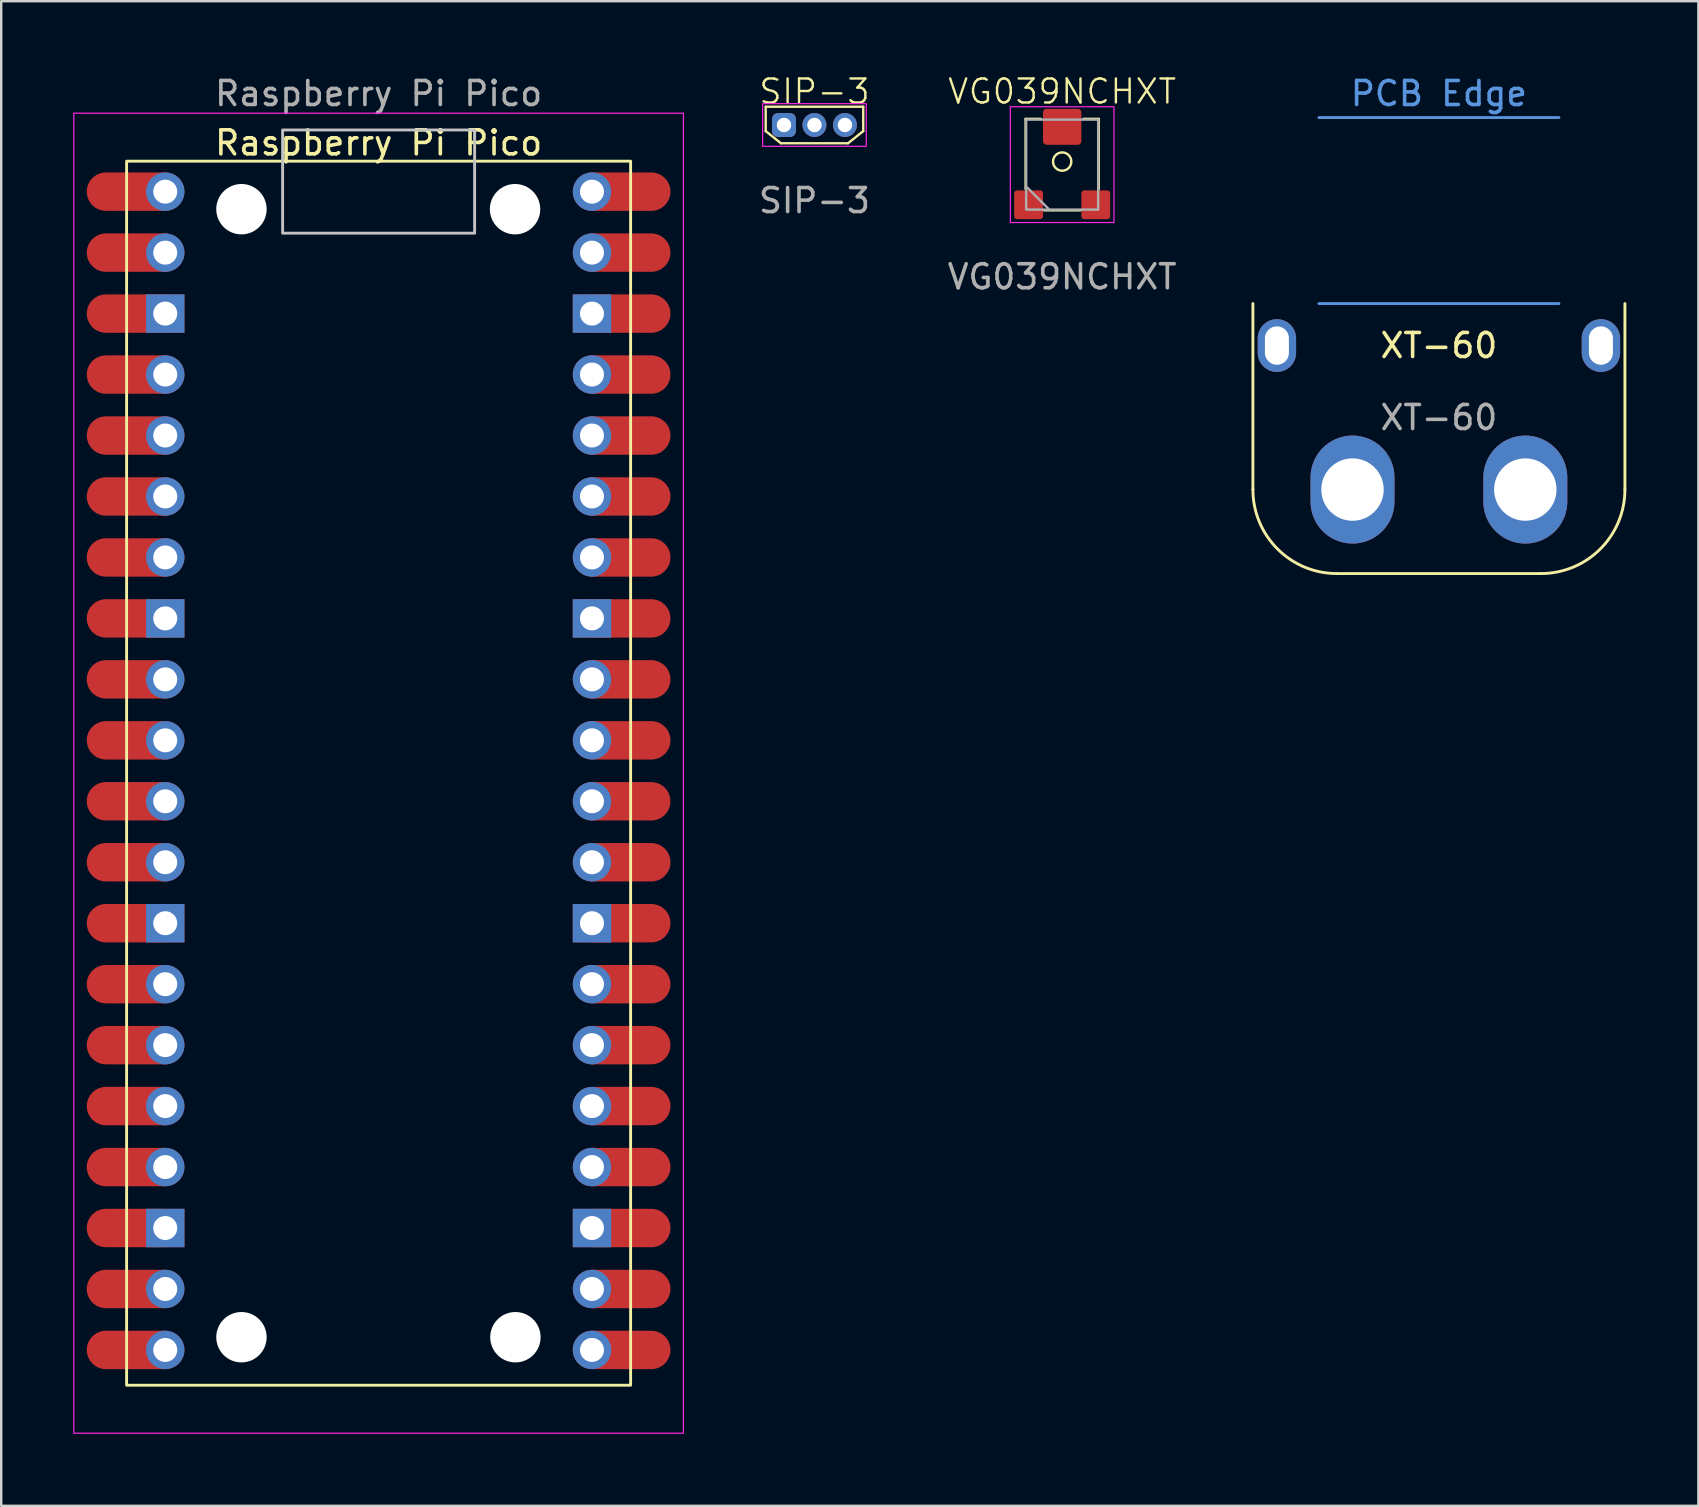
<source format=kicad_pcb>
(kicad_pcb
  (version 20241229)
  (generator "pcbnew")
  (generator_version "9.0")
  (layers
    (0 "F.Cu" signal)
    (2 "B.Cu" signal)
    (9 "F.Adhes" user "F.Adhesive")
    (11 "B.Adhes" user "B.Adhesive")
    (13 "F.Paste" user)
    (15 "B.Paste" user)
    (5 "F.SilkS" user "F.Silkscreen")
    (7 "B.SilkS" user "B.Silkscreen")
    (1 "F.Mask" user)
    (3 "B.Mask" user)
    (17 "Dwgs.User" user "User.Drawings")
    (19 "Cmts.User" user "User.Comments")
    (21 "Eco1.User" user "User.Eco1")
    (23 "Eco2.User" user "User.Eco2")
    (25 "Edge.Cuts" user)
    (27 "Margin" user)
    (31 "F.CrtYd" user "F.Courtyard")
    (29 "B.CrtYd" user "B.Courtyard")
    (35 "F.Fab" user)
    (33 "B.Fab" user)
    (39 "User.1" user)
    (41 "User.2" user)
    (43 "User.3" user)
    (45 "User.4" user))
  (footprint "XT-60"
    (layer "F.Cu")
    (at 56.903 17.348)
    (property "Reference" "XT-60" (at 0 -6 0) (unlocked yes) (layer "F.SilkS") (effects (font (size 1 1) (thickness 0.15))))
    (attr through_hole)
    (fp_line (start -7.75 -7.75) (end -7.75 0) (stroke (width 0.12) (type solid)) (layer "F.SilkS"))
    (fp_line (start 4.25 3.5) (end -4.25 3.5) (stroke (width 0.12) (type solid)) (layer "F.SilkS"))
    (fp_line (start 7.75 -7.75) (end 7.75 0) (stroke (width 0.12) (type solid)) (layer "F.SilkS"))
    (fp_arc (start -4.25 3.5) (mid -6.724874 2.474874) (end -7.75 0) (stroke (width 0.12) (type solid)) (layer "F.SilkS"))
    (fp_arc (start 7.75 0) (mid 6.724874 2.474874) (end 4.25 3.5) (stroke (width 0.12) (type solid)) (layer "F.SilkS"))
    (fp_line (start 5 -15.5) (end -5 -15.5) (stroke (width 0.12) (type solid)) (layer "Cmts.User"))
    (fp_line (start 5 -7.75) (end -5 -7.75) (stroke (width 0.12) (type solid)) (layer "Cmts.User"))
    (fp_text user "PCB Edge" (at 0 -16.5 0) (unlocked yes) (layer "Cmts.User") (effects (font (size 1 1) (thickness 0.15))))
    (fp_text user "${REFERENCE}" (at 0 -3 0) (unlocked yes) (layer "F.Fab") (effects (font (size 1 1) (thickness 0.15))))
    (pad "1" thru_hole oval (at -3.6 0) (size 3.5 4.5) (drill 2.6) (layers "*.Cu" "*.Mask"))
    (pad "2" thru_hole oval (at 3.6 0) (size 3.5 4.5) (drill 2.6) (layers "*.Cu" "*.Mask"))
    (pad "MP" thru_hole oval (at -6.75 -6) (size 1.6 2.2) (drill oval 1 1.6) (layers "*.Cu" "*.Mask"))
    (pad "MP" thru_hole oval (at 6.75 -6) (size 1.6 2.2) (drill oval 1 1.6) (layers "*.Cu" "*.Mask")))
  (footprint "VG039NCHXT"
    (layer "F.Cu")
    (at 41.206 3.682)
    (property "Reference" "VG039NCHXT" (at 0 -2.921 0) (unlocked yes) (layer "F.SilkS") (effects (font (size 1 1) (thickness 0.1))))
    (attr smd)
    (fp_line (start -1.524 -1.778) (end -1.524 1.143) (stroke (width 0.1) (type default)) (layer "F.SilkS"))
    (fp_line (start -0.889 -1.778) (end -1.524 -1.778) (stroke (width 0.1) (type default)) (layer "F.SilkS"))
    (fp_line (start -0.762 2.032) (end 0.762 2.032) (stroke (width 0.1) (type default)) (layer "F.SilkS"))
    (fp_line (start 1.524 -1.778) (end 0.889 -1.778) (stroke (width 0.1) (type default)) (layer "F.SilkS"))
    (fp_line (start 1.524 1.143) (end 1.524 -1.778) (stroke (width 0.1) (type default)) (layer "F.SilkS"))
    (fp_circle (center 0 0) (end 0.381 0) (stroke (width 0.1) (type default)) (fill no) (layer "F.SilkS"))
    (fp_rect (start -2.159 -2.286) (end 2.159 2.54) (stroke (width 0.05) (type default)) (fill no) (layer "F.CrtYd"))
    (fp_line (start -1.46 1.079) (end -0.572 1.968) (stroke (width 0.1) (type default)) (layer "F.Fab"))
    (fp_rect (start -1.5 -1.75) (end 1.5 2) (stroke (width 0.1) (type default)) (fill no) (layer "F.Fab"))
    (fp_text user "${REFERENCE}" (at 0 4.802 0) (unlocked yes) (layer "F.Fab") (effects (font (size 1 1) (thickness 0.15))))
    (pad "1" smd roundrect (at -1.4 1.8) (size 1.2 1.2) (layers "F.Cu" "F.Mask" "F.Paste") (roundrect_rratio 0.1))
    (pad "2" smd roundrect (at 0 -1.45) (size 1.6 1.5) (layers "F.Cu" "F.Mask" "F.Paste") (roundrect_rratio 0.1))
    (pad "3" smd roundrect (at 1.4 1.8) (size 1.2 1.2) (layers "F.Cu" "F.Mask" "F.Paste") (roundrect_rratio 0.1)))
  (footprint "SIP-3"
    (layer "F.Cu")
    (at 30.885 2.158)
    (property "Reference" "SIP-3" (at 0 -1.397 0) (unlocked yes) (layer "F.SilkS") (effects (font (size 1 1) (thickness 0.1))))
    (attr through_hole)
    (fp_line (start -2.032 -0.762) (end -2.032 0.254) (stroke (width 0.1) (type default)) (layer "F.SilkS"))
    (fp_line (start -2.032 0.254) (end -1.397 0.762) (stroke (width 0.1) (type default)) (layer "F.SilkS"))
    (fp_line (start -1.397 0.762) (end 1.397 0.762) (stroke (width 0.1) (type default)) (layer "F.SilkS"))
    (fp_line (start 1.397 0.762) (end 2.032 0.254) (stroke (width 0.1) (type default)) (layer "F.SilkS"))
    (fp_line (start 2.032 -0.762) (end -2.032 -0.762) (stroke (width 0.1) (type default)) (layer "F.SilkS"))
    (fp_line (start 2.032 0.254) (end 2.032 -0.762) (stroke (width 0.1) (type default)) (layer "F.SilkS"))
    (fp_rect (start -2.159 -0.889) (end 2.159 0.889) (stroke (width 0.05) (type default)) (fill no) (layer "F.CrtYd"))
    (fp_text user "${REFERENCE}" (at 0 3.151 0) (unlocked yes) (layer "F.Fab") (effects (font (size 1 1) (thickness 0.15))))
    (pad "1" thru_hole roundrect (at -1.27 0) (size 1 1) (drill 0.6) (layers "*.Cu" "*.Mask") (roundrect_rratio 0.25))
    (pad "2" thru_hole circle (at 0 0) (size 1 1) (drill 0.6) (layers "*.Cu" "*.Mask"))
    (pad "3" thru_hole circle (at 1.27 0) (size 1 1) (drill 0.6) (layers "*.Cu" "*.Mask")))
  (footprint "Raspberry Pi Pico"
    (layer "F.Cu")
    (at 12.725 3.666)
    (property "Reference" "Raspberry Pi Pico" (at 0 -0.762 0) (unlocked yes) (layer "F.SilkS") (effects (font (size 1 1) (thickness 0.15))))
    (attr through_hole)
    (fp_rect (start -10.5 0) (end 10.5 51) (stroke (width 0.12) (type solid)) (fill no) (layer "F.SilkS"))
    (fp_rect (start -4 -1.3) (end 4 3) (stroke (width 0.12) (type solid)) (fill no) (layer "Dwgs.User"))
    (fp_rect (start -12.7 -2) (end 12.7 53) (stroke (width 0.05) (type solid)) (fill no) (layer "F.CrtYd"))
    (fp_text user "${REFERENCE}" (at 0 -2.818 0) (unlocked yes) (layer "F.Fab") (effects (font (size 1 1) (thickness 0.15))))
    (pad "" np_thru_hole circle (at -5.715 2) (size 2.1 2.1) (drill 2.1) (layers "*.Cu" "*.Mask"))
    (pad "" np_thru_hole circle (at -5.715 49) (size 2.1 2.1) (drill 2.1) (layers "*.Cu" "*.Mask"))
    (pad "" np_thru_hole circle (at 5.685 2) (size 2.1 2.1) (drill 2.1) (layers "*.Cu" "*.Mask"))
    (pad "" np_thru_hole circle (at 5.7 49) (size 2.1 2.1) (drill 2.1) (layers "*.Cu" "*.Mask"))
    (pad "1" smd oval (at -10.16 1.27) (size 4 1.6) (layers "F.Cu" "F.Mask" "F.Paste"))
    (pad "1" thru_hole circle (at -8.89 1.27) (size 1.6 1.6) (drill 1) (layers "*.Cu" "*.Mask"))
    (pad "2" smd oval (at -10.16 3.81) (size 4 1.6) (layers "F.Cu" "F.Mask" "F.Paste"))
    (pad "2" thru_hole circle (at -8.89 3.81) (size 1.6 1.6) (drill 1) (layers "*.Cu" "*.Mask"))
    (pad "3" smd oval (at -10.16 6.35) (size 4 1.6) (layers "F.Cu" "F.Mask" "F.Paste"))
    (pad "3" thru_hole rect (at -8.89 6.35) (size 1.6 1.6) (drill 1) (layers "*.Cu" "*.Mask"))
    (pad "4" smd oval (at -10.16 8.89) (size 4 1.6) (layers "F.Cu" "F.Mask" "F.Paste"))
    (pad "4" thru_hole circle (at -8.89 8.89) (size 1.6 1.6) (drill 1) (layers "*.Cu" "*.Mask"))
    (pad "5" smd oval (at -10.16 11.43) (size 4 1.6) (layers "F.Cu" "F.Mask" "F.Paste"))
    (pad "5" thru_hole circle (at -8.89 11.43) (size 1.6 1.6) (drill 1) (layers "*.Cu" "*.Mask"))
    (pad "6" smd oval (at -10.16 13.97) (size 4 1.6) (layers "F.Cu" "F.Mask" "F.Paste"))
    (pad "6" thru_hole circle (at -8.89 13.97) (size 1.6 1.6) (drill 1) (layers "*.Cu" "*.Mask"))
    (pad "7" smd oval (at -10.16 16.51) (size 4 1.6) (layers "F.Cu" "F.Mask" "F.Paste"))
    (pad "7" thru_hole circle (at -8.89 16.51) (size 1.6 1.6) (drill 1) (layers "*.Cu" "*.Mask"))
    (pad "8" smd oval (at -10.16 19.05) (size 4 1.6) (layers "F.Cu" "F.Mask" "F.Paste"))
    (pad "8" thru_hole rect (at -8.89 19.05) (size 1.6 1.6) (drill 1) (layers "*.Cu" "*.Mask"))
    (pad "9" smd oval (at -10.16 21.59) (size 4 1.6) (layers "F.Cu" "F.Mask" "F.Paste"))
    (pad "9" thru_hole circle (at -8.89 21.59) (size 1.6 1.6) (drill 1) (layers "*.Cu" "*.Mask"))
    (pad "10" smd oval (at -10.16 24.13) (size 4 1.6) (layers "F.Cu" "F.Mask" "F.Paste"))
    (pad "10" thru_hole circle (at -8.89 24.13) (size 1.6 1.6) (drill 1) (layers "*.Cu" "*.Mask"))
    (pad "11" smd oval (at -10.16 26.67) (size 4 1.6) (layers "F.Cu" "F.Mask" "F.Paste"))
    (pad "11" thru_hole circle (at -8.89 26.67) (size 1.6 1.6) (drill 1) (layers "*.Cu" "*.Mask"))
    (pad "12" smd oval (at -10.16 29.21) (size 4 1.6) (layers "F.Cu" "F.Mask" "F.Paste"))
    (pad "12" thru_hole circle (at -8.89 29.21) (size 1.6 1.6) (drill 1) (layers "*.Cu" "*.Mask"))
    (pad "13" smd oval (at -10.16 31.75) (size 4 1.6) (layers "F.Cu" "F.Mask" "F.Paste"))
    (pad "13" thru_hole rect (at -8.89 31.75) (size 1.6 1.6) (drill 1) (layers "*.Cu" "*.Mask"))
    (pad "14" smd oval (at -10.16 34.29) (size 4 1.6) (layers "F.Cu" "F.Mask" "F.Paste"))
    (pad "14" thru_hole circle (at -8.89 34.29) (size 1.6 1.6) (drill 1) (layers "*.Cu" "*.Mask"))
    (pad "15" smd oval (at -10.16 36.83) (size 4 1.6) (layers "F.Cu" "F.Mask" "F.Paste"))
    (pad "15" thru_hole circle (at -8.89 36.83) (size 1.6 1.6) (drill 1) (layers "*.Cu" "*.Mask"))
    (pad "16" smd oval (at -10.16 39.37) (size 4 1.6) (layers "F.Cu" "F.Mask" "F.Paste"))
    (pad "16" thru_hole circle (at -8.89 39.37) (size 1.6 1.6) (drill 1) (layers "*.Cu" "*.Mask"))
    (pad "17" smd oval (at -10.16 41.91) (size 4 1.6) (layers "F.Cu" "F.Mask" "F.Paste"))
    (pad "17" thru_hole circle (at -8.89 41.91) (size 1.6 1.6) (drill 1) (layers "*.Cu" "*.Mask"))
    (pad "18" smd oval (at -10.16 44.45) (size 4 1.6) (layers "F.Cu" "F.Mask" "F.Paste"))
    (pad "18" thru_hole rect (at -8.89 44.45) (size 1.6 1.6) (drill 1) (layers "*.Cu" "*.Mask"))
    (pad "19" smd oval (at -10.16 46.99) (size 4 1.6) (layers "F.Cu" "F.Mask" "F.Paste"))
    (pad "19" thru_hole circle (at -8.89 46.99) (size 1.6 1.6) (drill 1) (layers "*.Cu" "*.Mask"))
    (pad "20" smd oval (at -10.16 49.53) (size 4 1.6) (layers "F.Cu" "F.Mask" "F.Paste"))
    (pad "20" thru_hole circle (at -8.89 49.53) (size 1.6 1.6) (drill 1) (layers "*.Cu" "*.Mask"))
    (pad "21" thru_hole circle (at 8.89 49.53) (size 1.6 1.6) (drill 1) (layers "*.Cu" "*.Mask"))
    (pad "21" smd oval (at 10.16 49.53) (size 4 1.6) (layers "F.Cu" "F.Mask" "F.Paste"))
    (pad "22" thru_hole circle (at 8.89 46.99) (size 1.6 1.6) (drill 1) (layers "*.Cu" "*.Mask"))
    (pad "22" smd oval (at 10.16 46.99) (size 4 1.6) (layers "F.Cu" "F.Mask" "F.Paste"))
    (pad "23" thru_hole rect (at 8.89 44.45) (size 1.6 1.6) (drill 1) (layers "*.Cu" "*.Mask"))
    (pad "23" smd oval (at 10.16 44.45) (size 4 1.6) (layers "F.Cu" "F.Mask" "F.Paste"))
    (pad "24" thru_hole circle (at 8.89 41.91) (size 1.6 1.6) (drill 1) (layers "*.Cu" "*.Mask"))
    (pad "24" smd oval (at 10.16 41.91) (size 4 1.6) (layers "F.Cu" "F.Mask" "F.Paste"))
    (pad "25" thru_hole circle (at 8.89 39.37) (size 1.6 1.6) (drill 1) (layers "*.Cu" "*.Mask"))
    (pad "25" smd oval (at 10.16 39.37) (size 4 1.6) (layers "F.Cu" "F.Mask" "F.Paste"))
    (pad "26" thru_hole circle (at 8.89 36.83) (size 1.6 1.6) (drill 1) (layers "*.Cu" "*.Mask"))
    (pad "26" smd oval (at 10.16 36.83) (size 4 1.6) (layers "F.Cu" "F.Mask" "F.Paste"))
    (pad "27" thru_hole circle (at 8.89 34.29) (size 1.6 1.6) (drill 1) (layers "*.Cu" "*.Mask"))
    (pad "27" smd oval (at 10.16 34.29) (size 4 1.6) (layers "F.Cu" "F.Mask" "F.Paste"))
    (pad "28" thru_hole rect (at 8.89 31.75) (size 1.6 1.6) (drill 1) (layers "*.Cu" "*.Mask"))
    (pad "28" smd oval (at 10.16 31.75) (size 4 1.6) (layers "F.Cu" "F.Mask" "F.Paste"))
    (pad "29" thru_hole circle (at 8.89 29.21) (size 1.6 1.6) (drill 1) (layers "*.Cu" "*.Mask"))
    (pad "29" smd oval (at 10.16 29.21) (size 4 1.6) (layers "F.Cu" "F.Mask" "F.Paste"))
    (pad "30" thru_hole circle (at 8.89 26.67) (size 1.6 1.6) (drill 1) (layers "*.Cu" "*.Mask"))
    (pad "30" smd oval (at 10.16 26.67) (size 4 1.6) (layers "F.Cu" "F.Mask" "F.Paste"))
    (pad "31" thru_hole circle (at 8.89 24.13) (size 1.6 1.6) (drill 1) (layers "*.Cu" "*.Mask"))
    (pad "31" smd oval (at 10.16 24.13) (size 4 1.6) (layers "F.Cu" "F.Mask" "F.Paste"))
    (pad "32" thru_hole circle (at 8.89 21.59) (size 1.6 1.6) (drill 1) (layers "*.Cu" "*.Mask"))
    (pad "32" smd oval (at 10.16 21.59) (size 4 1.6) (layers "F.Cu" "F.Mask" "F.Paste"))
    (pad "33" thru_hole rect (at 8.89 19.05) (size 1.6 1.6) (drill 1) (layers "*.Cu" "*.Mask"))
    (pad "33" smd oval (at 10.16 19.05) (size 4 1.6) (layers "F.Cu" "F.Mask" "F.Paste"))
    (pad "34" thru_hole circle (at 8.89 16.51) (size 1.6 1.6) (drill 1) (layers "*.Cu" "*.Mask"))
    (pad "34" smd oval (at 10.16 16.51) (size 4 1.6) (layers "F.Cu" "F.Mask" "F.Paste"))
    (pad "35" thru_hole circle (at 8.89 13.97) (size 1.6 1.6) (drill 1) (layers "*.Cu" "*.Mask"))
    (pad "35" smd oval (at 10.16 13.97) (size 4 1.6) (layers "F.Cu" "F.Mask" "F.Paste"))
    (pad "36" thru_hole circle (at 8.89 11.43) (size 1.6 1.6) (drill 1) (layers "*.Cu" "*.Mask"))
    (pad "36" smd oval (at 10.16 11.43) (size 4 1.6) (layers "F.Cu" "F.Mask" "F.Paste"))
    (pad "37" thru_hole circle (at 8.89 8.89) (size 1.6 1.6) (drill 1) (layers "*.Cu" "*.Mask"))
    (pad "37" smd oval (at 10.16 8.89) (size 4 1.6) (layers "F.Cu" "F.Mask" "F.Paste"))
    (pad "38" thru_hole rect (at 8.89 6.35) (size 1.6 1.6) (drill 1) (layers "*.Cu" "*.Mask"))
    (pad "38" smd oval (at 10.16 6.35) (size 4 1.6) (layers "F.Cu" "F.Mask" "F.Paste"))
    (pad "39" thru_hole circle (at 8.89 3.81) (size 1.6 1.6) (drill 1) (layers "*.Cu" "*.Mask"))
    (pad "39" smd oval (at 10.16 3.81) (size 4 1.6) (layers "F.Cu" "F.Mask" "F.Paste"))
    (pad "40" thru_hole circle (at 8.89 1.27) (size 1.6 1.6) (drill 1) (layers "*.Cu" "*.Mask"))
    (pad "40" smd oval (at 10.16 1.27) (size 4 1.6) (layers "F.Cu" "F.Mask" "F.Paste")))
  (gr_rect
    (start -3 -3)
    (end 67.713 59.691)
    (stroke (width 0.1) (type default))
    (fill no)
    (layer "Edge.Cuts")))
</source>
